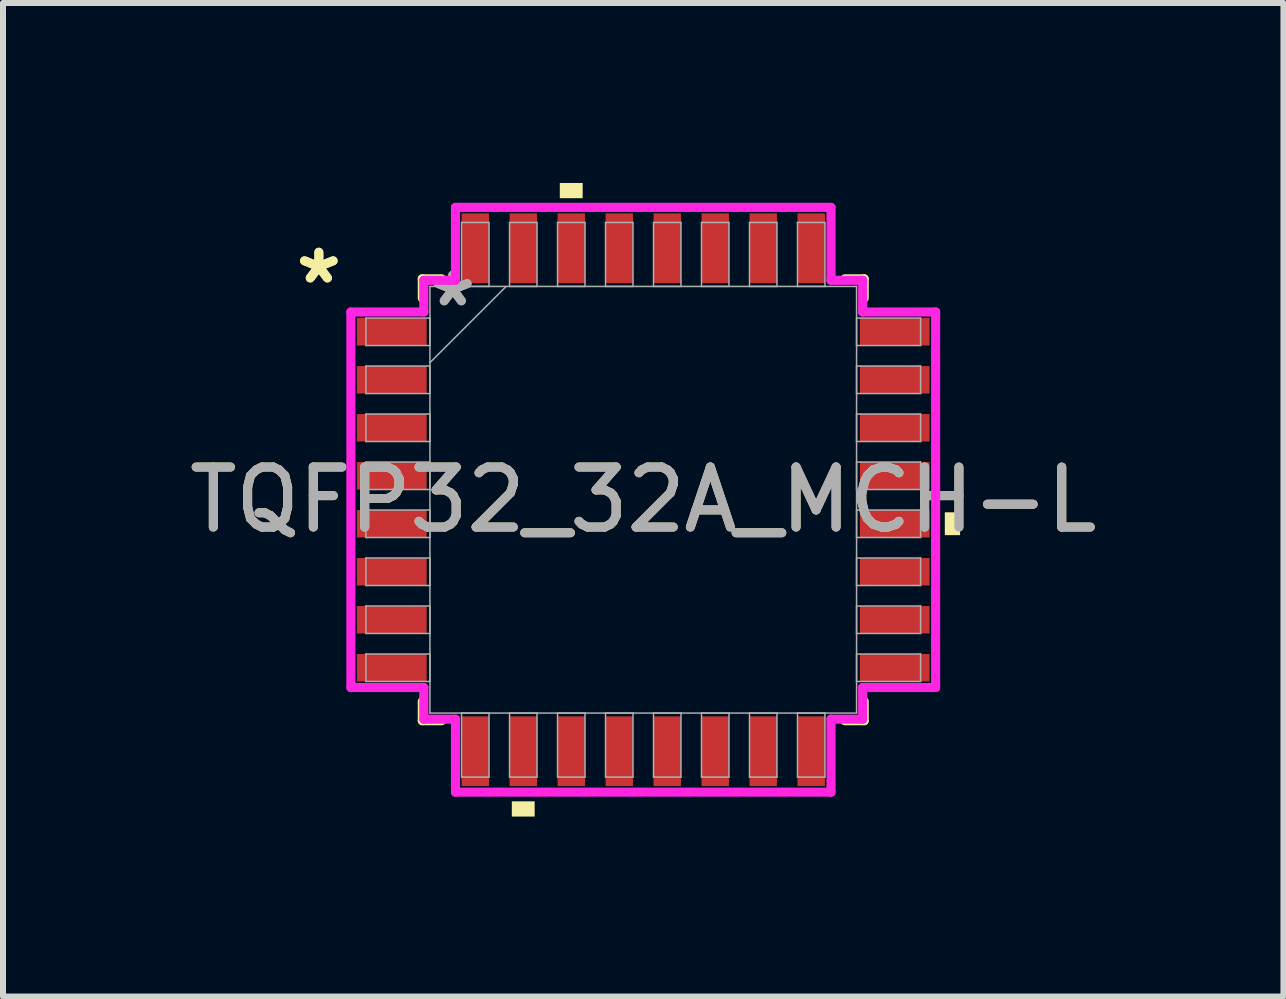
<source format=kicad_pcb>
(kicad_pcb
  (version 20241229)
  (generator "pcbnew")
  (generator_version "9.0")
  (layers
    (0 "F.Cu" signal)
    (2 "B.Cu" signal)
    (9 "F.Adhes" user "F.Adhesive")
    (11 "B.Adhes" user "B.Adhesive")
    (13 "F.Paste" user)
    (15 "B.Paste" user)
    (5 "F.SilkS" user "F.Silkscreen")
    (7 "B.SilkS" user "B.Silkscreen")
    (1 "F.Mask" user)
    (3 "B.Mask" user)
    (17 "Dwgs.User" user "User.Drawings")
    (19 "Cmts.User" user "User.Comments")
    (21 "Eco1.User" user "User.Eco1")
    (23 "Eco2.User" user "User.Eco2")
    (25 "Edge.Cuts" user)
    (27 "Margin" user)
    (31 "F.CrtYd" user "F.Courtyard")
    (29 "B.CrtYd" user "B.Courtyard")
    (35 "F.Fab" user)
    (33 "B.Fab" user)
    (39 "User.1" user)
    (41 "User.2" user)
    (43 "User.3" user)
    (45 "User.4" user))
  (footprint "TQFP32_32A_MCH-L"
    (layer "F.Cu")
    (at 7.673 5.281)
    (property "Reference" "TQFP32_32A_MCH-L" (at 0 0 0) (unlocked yes) (layer "F.SilkS") (effects (font (size 1 1) (thickness 0.15))))
    (attr smd)
    (fp_line (start -3.683 -3.683) (end -3.683 -3.361) (stroke (width 0.152) (type solid)) (layer "F.SilkS"))
    (fp_line (start -3.683 3.361) (end -3.683 3.683) (stroke (width 0.152) (type solid)) (layer "F.SilkS"))
    (fp_line (start -3.683 3.683) (end -3.361 3.683) (stroke (width 0.152) (type solid)) (layer "F.SilkS"))
    (fp_line (start -3.361 -3.683) (end -3.683 -3.683) (stroke (width 0.152) (type solid)) (layer "F.SilkS"))
    (fp_line (start 3.361 3.683) (end 3.683 3.683) (stroke (width 0.152) (type solid)) (layer "F.SilkS"))
    (fp_line (start 3.683 -3.683) (end 3.361 -3.683) (stroke (width 0.152) (type solid)) (layer "F.SilkS"))
    (fp_line (start 3.683 -3.361) (end 3.683 -3.683) (stroke (width 0.152) (type solid)) (layer "F.SilkS"))
    (fp_line (start 3.683 3.683) (end 3.683 3.361) (stroke (width 0.152) (type solid)) (layer "F.SilkS"))
    (fp_poly (pts (xy -2.191 5.027) (xy -2.191 5.281) (xy -1.81 5.281) (xy -1.81 5.027)) (stroke (width 0) (type solid)) (fill yes) (layer "F.SilkS"))
    (fp_poly (pts (xy -1.391 -5.027) (xy -1.391 -5.281) (xy -1.01 -5.281) (xy -1.01 -5.027)) (stroke (width 0) (type solid)) (fill yes) (layer "F.SilkS"))
    (fp_poly (pts (xy 5.281 0.209) (xy 5.281 0.59) (xy 5.027 0.59) (xy 5.027 0.209)) (stroke (width 0) (type solid)) (fill yes) (layer "F.SilkS"))
    (fp_line (start -4.874 -3.13) (end -3.658 -3.13) (stroke (width 0.152) (type solid)) (layer "F.CrtYd"))
    (fp_line (start -4.874 3.13) (end -4.874 -3.13) (stroke (width 0.152) (type solid)) (layer "F.CrtYd"))
    (fp_line (start -3.658 -3.658) (end -3.13 -3.658) (stroke (width 0.152) (type solid)) (layer "F.CrtYd"))
    (fp_line (start -3.658 -3.13) (end -3.658 -3.658) (stroke (width 0.152) (type solid)) (layer "F.CrtYd"))
    (fp_line (start -3.658 3.13) (end -4.874 3.13) (stroke (width 0.152) (type solid)) (layer "F.CrtYd"))
    (fp_line (start -3.658 3.658) (end -3.658 3.13) (stroke (width 0.152) (type solid)) (layer "F.CrtYd"))
    (fp_line (start -3.658 3.658) (end -3.13 3.658) (stroke (width 0.152) (type solid)) (layer "F.CrtYd"))
    (fp_line (start -3.13 -4.874) (end 3.13 -4.874) (stroke (width 0.152) (type solid)) (layer "F.CrtYd"))
    (fp_line (start -3.13 -3.658) (end -3.13 -4.874) (stroke (width 0.152) (type solid)) (layer "F.CrtYd"))
    (fp_line (start -3.13 3.658) (end -3.13 4.874) (stroke (width 0.152) (type solid)) (layer "F.CrtYd"))
    (fp_line (start -3.13 4.874) (end 3.13 4.874) (stroke (width 0.152) (type solid)) (layer "F.CrtYd"))
    (fp_line (start 3.13 -4.874) (end 3.13 -3.658) (stroke (width 0.152) (type solid)) (layer "F.CrtYd"))
    (fp_line (start 3.13 -3.658) (end 3.658 -3.658) (stroke (width 0.152) (type solid)) (layer "F.CrtYd"))
    (fp_line (start 3.13 3.658) (end 3.658 3.658) (stroke (width 0.152) (type solid)) (layer "F.CrtYd"))
    (fp_line (start 3.13 4.874) (end 3.13 3.658) (stroke (width 0.152) (type solid)) (layer "F.CrtYd"))
    (fp_line (start 3.658 -3.13) (end 3.658 -3.658) (stroke (width 0.152) (type solid)) (layer "F.CrtYd"))
    (fp_line (start 3.658 3.13) (end 4.874 3.13) (stroke (width 0.152) (type solid)) (layer "F.CrtYd"))
    (fp_line (start 3.658 3.658) (end 3.658 3.13) (stroke (width 0.152) (type solid)) (layer "F.CrtYd"))
    (fp_line (start 4.874 -3.13) (end 3.658 -3.13) (stroke (width 0.152) (type solid)) (layer "F.CrtYd"))
    (fp_line (start 4.874 3.13) (end 4.874 -3.13) (stroke (width 0.152) (type solid)) (layer "F.CrtYd"))
    (fp_line (start -4.623 -3.029) (end -4.623 -2.571) (stroke (width 0.025) (type solid)) (layer "F.Fab"))
    (fp_line (start -4.623 -2.571) (end -3.556 -2.571) (stroke (width 0.025) (type solid)) (layer "F.Fab"))
    (fp_line (start -4.623 -2.229) (end -4.623 -1.771) (stroke (width 0.025) (type solid)) (layer "F.Fab"))
    (fp_line (start -4.623 -1.771) (end -3.556 -1.771) (stroke (width 0.025) (type solid)) (layer "F.Fab"))
    (fp_line (start -4.623 -1.429) (end -4.623 -0.971) (stroke (width 0.025) (type solid)) (layer "F.Fab"))
    (fp_line (start -4.623 -0.971) (end -3.556 -0.971) (stroke (width 0.025) (type solid)) (layer "F.Fab"))
    (fp_line (start -4.623 -0.629) (end -4.623 -0.171) (stroke (width 0.025) (type solid)) (layer "F.Fab"))
    (fp_line (start -4.623 -0.171) (end -3.556 -0.171) (stroke (width 0.025) (type solid)) (layer "F.Fab"))
    (fp_line (start -4.623 0.171) (end -4.623 0.629) (stroke (width 0.025) (type solid)) (layer "F.Fab"))
    (fp_line (start -4.623 0.629) (end -3.556 0.629) (stroke (width 0.025) (type solid)) (layer "F.Fab"))
    (fp_line (start -4.623 0.971) (end -4.623 1.429) (stroke (width 0.025) (type solid)) (layer "F.Fab"))
    (fp_line (start -4.623 1.429) (end -3.556 1.429) (stroke (width 0.025) (type solid)) (layer "F.Fab"))
    (fp_line (start -4.623 1.771) (end -4.623 2.229) (stroke (width 0.025) (type solid)) (layer "F.Fab"))
    (fp_line (start -4.623 2.229) (end -3.556 2.229) (stroke (width 0.025) (type solid)) (layer "F.Fab"))
    (fp_line (start -4.623 2.571) (end -4.623 3.029) (stroke (width 0.025) (type solid)) (layer "F.Fab"))
    (fp_line (start -4.623 3.029) (end -3.556 3.029) (stroke (width 0.025) (type solid)) (layer "F.Fab"))
    (fp_line (start -3.556 -3.556) (end -3.556 3.556) (stroke (width 0.025) (type solid)) (layer "F.Fab"))
    (fp_line (start -3.556 -3.029) (end -4.623 -3.029) (stroke (width 0.025) (type solid)) (layer "F.Fab"))
    (fp_line (start -3.556 -2.571) (end -3.556 -3.029) (stroke (width 0.025) (type solid)) (layer "F.Fab"))
    (fp_line (start -3.556 -2.286) (end -2.286 -3.556) (stroke (width 0.025) (type solid)) (layer "F.Fab"))
    (fp_line (start -3.556 -2.229) (end -4.623 -2.229) (stroke (width 0.025) (type solid)) (layer "F.Fab"))
    (fp_line (start -3.556 -1.771) (end -3.556 -2.229) (stroke (width 0.025) (type solid)) (layer "F.Fab"))
    (fp_line (start -3.556 -1.429) (end -4.623 -1.429) (stroke (width 0.025) (type solid)) (layer "F.Fab"))
    (fp_line (start -3.556 -0.971) (end -3.556 -1.429) (stroke (width 0.025) (type solid)) (layer "F.Fab"))
    (fp_line (start -3.556 -0.629) (end -4.623 -0.629) (stroke (width 0.025) (type solid)) (layer "F.Fab"))
    (fp_line (start -3.556 -0.171) (end -3.556 -0.629) (stroke (width 0.025) (type solid)) (layer "F.Fab"))
    (fp_line (start -3.556 0.171) (end -4.623 0.171) (stroke (width 0.025) (type solid)) (layer "F.Fab"))
    (fp_line (start -3.556 0.629) (end -3.556 0.171) (stroke (width 0.025) (type solid)) (layer "F.Fab"))
    (fp_line (start -3.556 0.971) (end -4.623 0.971) (stroke (width 0.025) (type solid)) (layer "F.Fab"))
    (fp_line (start -3.556 1.429) (end -3.556 0.971) (stroke (width 0.025) (type solid)) (layer "F.Fab"))
    (fp_line (start -3.556 1.771) (end -4.623 1.771) (stroke (width 0.025) (type solid)) (layer "F.Fab"))
    (fp_line (start -3.556 2.229) (end -3.556 1.771) (stroke (width 0.025) (type solid)) (layer "F.Fab"))
    (fp_line (start -3.556 2.571) (end -4.623 2.571) (stroke (width 0.025) (type solid)) (layer "F.Fab"))
    (fp_line (start -3.556 3.029) (end -3.556 2.571) (stroke (width 0.025) (type solid)) (layer "F.Fab"))
    (fp_line (start -3.556 3.556) (end 3.556 3.556) (stroke (width 0.025) (type solid)) (layer "F.Fab"))
    (fp_line (start -3.029 -4.623) (end -3.029 -3.556) (stroke (width 0.025) (type solid)) (layer "F.Fab"))
    (fp_line (start -3.029 -3.556) (end -2.571 -3.556) (stroke (width 0.025) (type solid)) (layer "F.Fab"))
    (fp_line (start -3.029 3.556) (end -3.029 4.623) (stroke (width 0.025) (type solid)) (layer "F.Fab"))
    (fp_line (start -3.029 4.623) (end -2.571 4.623) (stroke (width 0.025) (type solid)) (layer "F.Fab"))
    (fp_line (start -2.571 -4.623) (end -3.029 -4.623) (stroke (width 0.025) (type solid)) (layer "F.Fab"))
    (fp_line (start -2.571 -3.556) (end -2.571 -4.623) (stroke (width 0.025) (type solid)) (layer "F.Fab"))
    (fp_line (start -2.571 3.556) (end -3.029 3.556) (stroke (width 0.025) (type solid)) (layer "F.Fab"))
    (fp_line (start -2.571 4.623) (end -2.571 3.556) (stroke (width 0.025) (type solid)) (layer "F.Fab"))
    (fp_line (start -2.229 -4.623) (end -2.229 -3.556) (stroke (width 0.025) (type solid)) (layer "F.Fab"))
    (fp_line (start -2.229 -3.556) (end -1.771 -3.556) (stroke (width 0.025) (type solid)) (layer "F.Fab"))
    (fp_line (start -2.229 3.556) (end -2.229 4.623) (stroke (width 0.025) (type solid)) (layer "F.Fab"))
    (fp_line (start -2.229 4.623) (end -1.771 4.623) (stroke (width 0.025) (type solid)) (layer "F.Fab"))
    (fp_line (start -1.771 -4.623) (end -2.229 -4.623) (stroke (width 0.025) (type solid)) (layer "F.Fab"))
    (fp_line (start -1.771 -3.556) (end -1.771 -4.623) (stroke (width 0.025) (type solid)) (layer "F.Fab"))
    (fp_line (start -1.771 3.556) (end -2.229 3.556) (stroke (width 0.025) (type solid)) (layer "F.Fab"))
    (fp_line (start -1.771 4.623) (end -1.771 3.556) (stroke (width 0.025) (type solid)) (layer "F.Fab"))
    (fp_line (start -1.429 -4.623) (end -1.429 -3.556) (stroke (width 0.025) (type solid)) (layer "F.Fab"))
    (fp_line (start -1.429 -3.556) (end -0.971 -3.556) (stroke (width 0.025) (type solid)) (layer "F.Fab"))
    (fp_line (start -1.429 3.556) (end -1.429 4.623) (stroke (width 0.025) (type solid)) (layer "F.Fab"))
    (fp_line (start -1.429 4.623) (end -0.971 4.623) (stroke (width 0.025) (type solid)) (layer "F.Fab"))
    (fp_line (start -0.971 -4.623) (end -1.429 -4.623) (stroke (width 0.025) (type solid)) (layer "F.Fab"))
    (fp_line (start -0.971 -3.556) (end -0.971 -4.623) (stroke (width 0.025) (type solid)) (layer "F.Fab"))
    (fp_line (start -0.971 3.556) (end -1.429 3.556) (stroke (width 0.025) (type solid)) (layer "F.Fab"))
    (fp_line (start -0.971 4.623) (end -0.971 3.556) (stroke (width 0.025) (type solid)) (layer "F.Fab"))
    (fp_line (start -0.629 -4.623) (end -0.629 -3.556) (stroke (width 0.025) (type solid)) (layer "F.Fab"))
    (fp_line (start -0.629 -3.556) (end -0.171 -3.556) (stroke (width 0.025) (type solid)) (layer "F.Fab"))
    (fp_line (start -0.629 3.556) (end -0.629 4.623) (stroke (width 0.025) (type solid)) (layer "F.Fab"))
    (fp_line (start -0.629 4.623) (end -0.171 4.623) (stroke (width 0.025) (type solid)) (layer "F.Fab"))
    (fp_line (start -0.171 -4.623) (end -0.629 -4.623) (stroke (width 0.025) (type solid)) (layer "F.Fab"))
    (fp_line (start -0.171 -3.556) (end -0.171 -4.623) (stroke (width 0.025) (type solid)) (layer "F.Fab"))
    (fp_line (start -0.171 3.556) (end -0.629 3.556) (stroke (width 0.025) (type solid)) (layer "F.Fab"))
    (fp_line (start -0.171 4.623) (end -0.171 3.556) (stroke (width 0.025) (type solid)) (layer "F.Fab"))
    (fp_line (start 0.171 -4.623) (end 0.171 -3.556) (stroke (width 0.025) (type solid)) (layer "F.Fab"))
    (fp_line (start 0.171 -3.556) (end 0.629 -3.556) (stroke (width 0.025) (type solid)) (layer "F.Fab"))
    (fp_line (start 0.171 3.556) (end 0.171 4.623) (stroke (width 0.025) (type solid)) (layer "F.Fab"))
    (fp_line (start 0.171 4.623) (end 0.629 4.623) (stroke (width 0.025) (type solid)) (layer "F.Fab"))
    (fp_line (start 0.629 -4.623) (end 0.171 -4.623) (stroke (width 0.025) (type solid)) (layer "F.Fab"))
    (fp_line (start 0.629 -3.556) (end 0.629 -4.623) (stroke (width 0.025) (type solid)) (layer "F.Fab"))
    (fp_line (start 0.629 3.556) (end 0.171 3.556) (stroke (width 0.025) (type solid)) (layer "F.Fab"))
    (fp_line (start 0.629 4.623) (end 0.629 3.556) (stroke (width 0.025) (type solid)) (layer "F.Fab"))
    (fp_line (start 0.971 -4.623) (end 0.971 -3.556) (stroke (width 0.025) (type solid)) (layer "F.Fab"))
    (fp_line (start 0.971 -3.556) (end 1.429 -3.556) (stroke (width 0.025) (type solid)) (layer "F.Fab"))
    (fp_line (start 0.971 3.556) (end 0.971 4.623) (stroke (width 0.025) (type solid)) (layer "F.Fab"))
    (fp_line (start 0.971 4.623) (end 1.429 4.623) (stroke (width 0.025) (type solid)) (layer "F.Fab"))
    (fp_line (start 1.429 -4.623) (end 0.971 -4.623) (stroke (width 0.025) (type solid)) (layer "F.Fab"))
    (fp_line (start 1.429 -3.556) (end 1.429 -4.623) (stroke (width 0.025) (type solid)) (layer "F.Fab"))
    (fp_line (start 1.429 3.556) (end 0.971 3.556) (stroke (width 0.025) (type solid)) (layer "F.Fab"))
    (fp_line (start 1.429 4.623) (end 1.429 3.556) (stroke (width 0.025) (type solid)) (layer "F.Fab"))
    (fp_line (start 1.771 -4.623) (end 1.771 -3.556) (stroke (width 0.025) (type solid)) (layer "F.Fab"))
    (fp_line (start 1.771 -3.556) (end 2.229 -3.556) (stroke (width 0.025) (type solid)) (layer "F.Fab"))
    (fp_line (start 1.771 3.556) (end 1.771 4.623) (stroke (width 0.025) (type solid)) (layer "F.Fab"))
    (fp_line (start 1.771 4.623) (end 2.229 4.623) (stroke (width 0.025) (type solid)) (layer "F.Fab"))
    (fp_line (start 2.229 -4.623) (end 1.771 -4.623) (stroke (width 0.025) (type solid)) (layer "F.Fab"))
    (fp_line (start 2.229 -3.556) (end 2.229 -4.623) (stroke (width 0.025) (type solid)) (layer "F.Fab"))
    (fp_line (start 2.229 3.556) (end 1.771 3.556) (stroke (width 0.025) (type solid)) (layer "F.Fab"))
    (fp_line (start 2.229 4.623) (end 2.229 3.556) (stroke (width 0.025) (type solid)) (layer "F.Fab"))
    (fp_line (start 2.571 -4.623) (end 2.571 -3.556) (stroke (width 0.025) (type solid)) (layer "F.Fab"))
    (fp_line (start 2.571 -3.556) (end 3.029 -3.556) (stroke (width 0.025) (type solid)) (layer "F.Fab"))
    (fp_line (start 2.571 3.556) (end 2.571 4.623) (stroke (width 0.025) (type solid)) (layer "F.Fab"))
    (fp_line (start 2.571 4.623) (end 3.029 4.623) (stroke (width 0.025) (type solid)) (layer "F.Fab"))
    (fp_line (start 3.029 -4.623) (end 2.571 -4.623) (stroke (width 0.025) (type solid)) (layer "F.Fab"))
    (fp_line (start 3.029 -3.556) (end 3.029 -4.623) (stroke (width 0.025) (type solid)) (layer "F.Fab"))
    (fp_line (start 3.029 3.556) (end 2.571 3.556) (stroke (width 0.025) (type solid)) (layer "F.Fab"))
    (fp_line (start 3.029 4.623) (end 3.029 3.556) (stroke (width 0.025) (type solid)) (layer "F.Fab"))
    (fp_line (start 3.556 -3.556) (end -3.556 -3.556) (stroke (width 0.025) (type solid)) (layer "F.Fab"))
    (fp_line (start 3.556 -3.029) (end 3.556 -2.571) (stroke (width 0.025) (type solid)) (layer "F.Fab"))
    (fp_line (start 3.556 -2.571) (end 4.623 -2.571) (stroke (width 0.025) (type solid)) (layer "F.Fab"))
    (fp_line (start 3.556 -2.229) (end 3.556 -1.771) (stroke (width 0.025) (type solid)) (layer "F.Fab"))
    (fp_line (start 3.556 -1.771) (end 4.623 -1.771) (stroke (width 0.025) (type solid)) (layer "F.Fab"))
    (fp_line (start 3.556 -1.429) (end 3.556 -0.971) (stroke (width 0.025) (type solid)) (layer "F.Fab"))
    (fp_line (start 3.556 -0.971) (end 4.623 -0.971) (stroke (width 0.025) (type solid)) (layer "F.Fab"))
    (fp_line (start 3.556 -0.629) (end 3.556 -0.171) (stroke (width 0.025) (type solid)) (layer "F.Fab"))
    (fp_line (start 3.556 -0.171) (end 4.623 -0.171) (stroke (width 0.025) (type solid)) (layer "F.Fab"))
    (fp_line (start 3.556 0.171) (end 3.556 0.629) (stroke (width 0.025) (type solid)) (layer "F.Fab"))
    (fp_line (start 3.556 0.629) (end 4.623 0.629) (stroke (width 0.025) (type solid)) (layer "F.Fab"))
    (fp_line (start 3.556 0.971) (end 3.556 1.429) (stroke (width 0.025) (type solid)) (layer "F.Fab"))
    (fp_line (start 3.556 1.429) (end 4.623 1.429) (stroke (width 0.025) (type solid)) (layer "F.Fab"))
    (fp_line (start 3.556 1.771) (end 3.556 2.229) (stroke (width 0.025) (type solid)) (layer "F.Fab"))
    (fp_line (start 3.556 2.229) (end 4.623 2.229) (stroke (width 0.025) (type solid)) (layer "F.Fab"))
    (fp_line (start 3.556 2.571) (end 3.556 3.029) (stroke (width 0.025) (type solid)) (layer "F.Fab"))
    (fp_line (start 3.556 3.029) (end 4.623 3.029) (stroke (width 0.025) (type solid)) (layer "F.Fab"))
    (fp_line (start 3.556 3.556) (end 3.556 -3.556) (stroke (width 0.025) (type solid)) (layer "F.Fab"))
    (fp_line (start 4.623 -3.029) (end 3.556 -3.029) (stroke (width 0.025) (type solid)) (layer "F.Fab"))
    (fp_line (start 4.623 -2.571) (end 4.623 -3.029) (stroke (width 0.025) (type solid)) (layer "F.Fab"))
    (fp_line (start 4.623 -2.229) (end 3.556 -2.229) (stroke (width 0.025) (type solid)) (layer "F.Fab"))
    (fp_line (start 4.623 -1.771) (end 4.623 -2.229) (stroke (width 0.025) (type solid)) (layer "F.Fab"))
    (fp_line (start 4.623 -1.429) (end 3.556 -1.429) (stroke (width 0.025) (type solid)) (layer "F.Fab"))
    (fp_line (start 4.623 -0.971) (end 4.623 -1.429) (stroke (width 0.025) (type solid)) (layer "F.Fab"))
    (fp_line (start 4.623 -0.629) (end 3.556 -0.629) (stroke (width 0.025) (type solid)) (layer "F.Fab"))
    (fp_line (start 4.623 -0.171) (end 4.623 -0.629) (stroke (width 0.025) (type solid)) (layer "F.Fab"))
    (fp_line (start 4.623 0.171) (end 3.556 0.171) (stroke (width 0.025) (type solid)) (layer "F.Fab"))
    (fp_line (start 4.623 0.629) (end 4.623 0.171) (stroke (width 0.025) (type solid)) (layer "F.Fab"))
    (fp_line (start 4.623 0.971) (end 3.556 0.971) (stroke (width 0.025) (type solid)) (layer "F.Fab"))
    (fp_line (start 4.623 1.429) (end 4.623 0.971) (stroke (width 0.025) (type solid)) (layer "F.Fab"))
    (fp_line (start 4.623 1.771) (end 3.556 1.771) (stroke (width 0.025) (type solid)) (layer "F.Fab"))
    (fp_line (start 4.623 2.229) (end 4.623 1.771) (stroke (width 0.025) (type solid)) (layer "F.Fab"))
    (fp_line (start 4.623 2.571) (end 3.556 2.571) (stroke (width 0.025) (type solid)) (layer "F.Fab"))
    (fp_line (start 4.623 3.029) (end 4.623 2.571) (stroke (width 0.025) (type solid)) (layer "F.Fab"))
    (fp_text user "*" (at -5.408 -3.581 0) (layer "F.SilkS") (effects (font (size 1 1) (thickness 0.15))))
    (fp_text user "*" (at -5.408 -3.581 0) (unlocked yes) (layer "F.SilkS") (effects (font (size 1 1) (thickness 0.15))))
    (fp_text user "*" (at -3.175 -3.2 0) (layer "F.Fab") (effects (font (size 1 1) (thickness 0.15))))
    (fp_text user "*" (at -3.175 -3.2 0) (unlocked yes) (layer "F.Fab") (effects (font (size 1 1) (thickness 0.15))))
    (fp_text user "${REFERENCE}" (at 0 0 0) (unlocked yes) (layer "F.Fab") (effects (font (size 1 1) (thickness 0.15))))
    (pad "1" smd rect (at -4.192 -2.8 90) (size 0.457 1.162) (layers "F.Cu" "F.Mask" "F.Paste"))
    (pad "2" smd rect (at -4.192 -2 90) (size 0.457 1.162) (layers "F.Cu" "F.Mask" "F.Paste"))
    (pad "3" smd rect (at -4.192 -1.2 90) (size 0.457 1.162) (layers "F.Cu" "F.Mask" "F.Paste"))
    (pad "4" smd rect (at -4.192 -0.4 90) (size 0.457 1.162) (layers "F.Cu" "F.Mask" "F.Paste"))
    (pad "5" smd rect (at -4.192 0.4 90) (size 0.457 1.162) (layers "F.Cu" "F.Mask" "F.Paste"))
    (pad "6" smd rect (at -4.192 1.2 90) (size 0.457 1.162) (layers "F.Cu" "F.Mask" "F.Paste"))
    (pad "7" smd rect (at -4.192 2 90) (size 0.457 1.162) (layers "F.Cu" "F.Mask" "F.Paste"))
    (pad "8" smd rect (at -4.192 2.8 90) (size 0.457 1.162) (layers "F.Cu" "F.Mask" "F.Paste"))
    (pad "9" smd rect (at -2.8 4.192) (size 0.457 1.162) (layers "F.Cu" "F.Mask" "F.Paste"))
    (pad "10" smd rect (at -2 4.192) (size 0.457 1.162) (layers "F.Cu" "F.Mask" "F.Paste"))
    (pad "11" smd rect (at -1.2 4.192) (size 0.457 1.162) (layers "F.Cu" "F.Mask" "F.Paste"))
    (pad "12" smd rect (at -0.4 4.192) (size 0.457 1.162) (layers "F.Cu" "F.Mask" "F.Paste"))
    (pad "13" smd rect (at 0.4 4.192) (size 0.457 1.162) (layers "F.Cu" "F.Mask" "F.Paste"))
    (pad "14" smd rect (at 1.2 4.192) (size 0.457 1.162) (layers "F.Cu" "F.Mask" "F.Paste"))
    (pad "15" smd rect (at 2 4.192) (size 0.457 1.162) (layers "F.Cu" "F.Mask" "F.Paste"))
    (pad "16" smd rect (at 2.8 4.192) (size 0.457 1.162) (layers "F.Cu" "F.Mask" "F.Paste"))
    (pad "17" smd rect (at 4.192 2.8 90) (size 0.457 1.162) (layers "F.Cu" "F.Mask" "F.Paste"))
    (pad "18" smd rect (at 4.192 2 90) (size 0.457 1.162) (layers "F.Cu" "F.Mask" "F.Paste"))
    (pad "19" smd rect (at 4.192 1.2 90) (size 0.457 1.162) (layers "F.Cu" "F.Mask" "F.Paste"))
    (pad "20" smd rect (at 4.192 0.4 90) (size 0.457 1.162) (layers "F.Cu" "F.Mask" "F.Paste"))
    (pad "21" smd rect (at 4.192 -0.4 90) (size 0.457 1.162) (layers "F.Cu" "F.Mask" "F.Paste"))
    (pad "22" smd rect (at 4.192 -1.2 90) (size 0.457 1.162) (layers "F.Cu" "F.Mask" "F.Paste"))
    (pad "23" smd rect (at 4.192 -2 90) (size 0.457 1.162) (layers "F.Cu" "F.Mask" "F.Paste"))
    (pad "24" smd rect (at 4.192 -2.8 90) (size 0.457 1.162) (layers "F.Cu" "F.Mask" "F.Paste"))
    (pad "25" smd rect (at 2.8 -4.192) (size 0.457 1.162) (layers "F.Cu" "F.Mask" "F.Paste"))
    (pad "26" smd rect (at 2 -4.192) (size 0.457 1.162) (layers "F.Cu" "F.Mask" "F.Paste"))
    (pad "27" smd rect (at 1.2 -4.192) (size 0.457 1.162) (layers "F.Cu" "F.Mask" "F.Paste"))
    (pad "28" smd rect (at 0.4 -4.192) (size 0.457 1.162) (layers "F.Cu" "F.Mask" "F.Paste"))
    (pad "29" smd rect (at -0.4 -4.192) (size 0.457 1.162) (layers "F.Cu" "F.Mask" "F.Paste"))
    (pad "30" smd rect (at -1.2 -4.192) (size 0.457 1.162) (layers "F.Cu" "F.Mask" "F.Paste"))
    (pad "31" smd rect (at -2 -4.192) (size 0.457 1.162) (layers "F.Cu" "F.Mask" "F.Paste"))
    (pad "32" smd rect (at -2.8 -4.192) (size 0.457 1.162) (layers "F.Cu" "F.Mask" "F.Paste")))
  (gr_rect
    (start -3 -3)
    (end 18.345 13.562)
    (stroke (width 0.1) (type default))
    (fill no)
    (layer "Edge.Cuts")))
</source>
